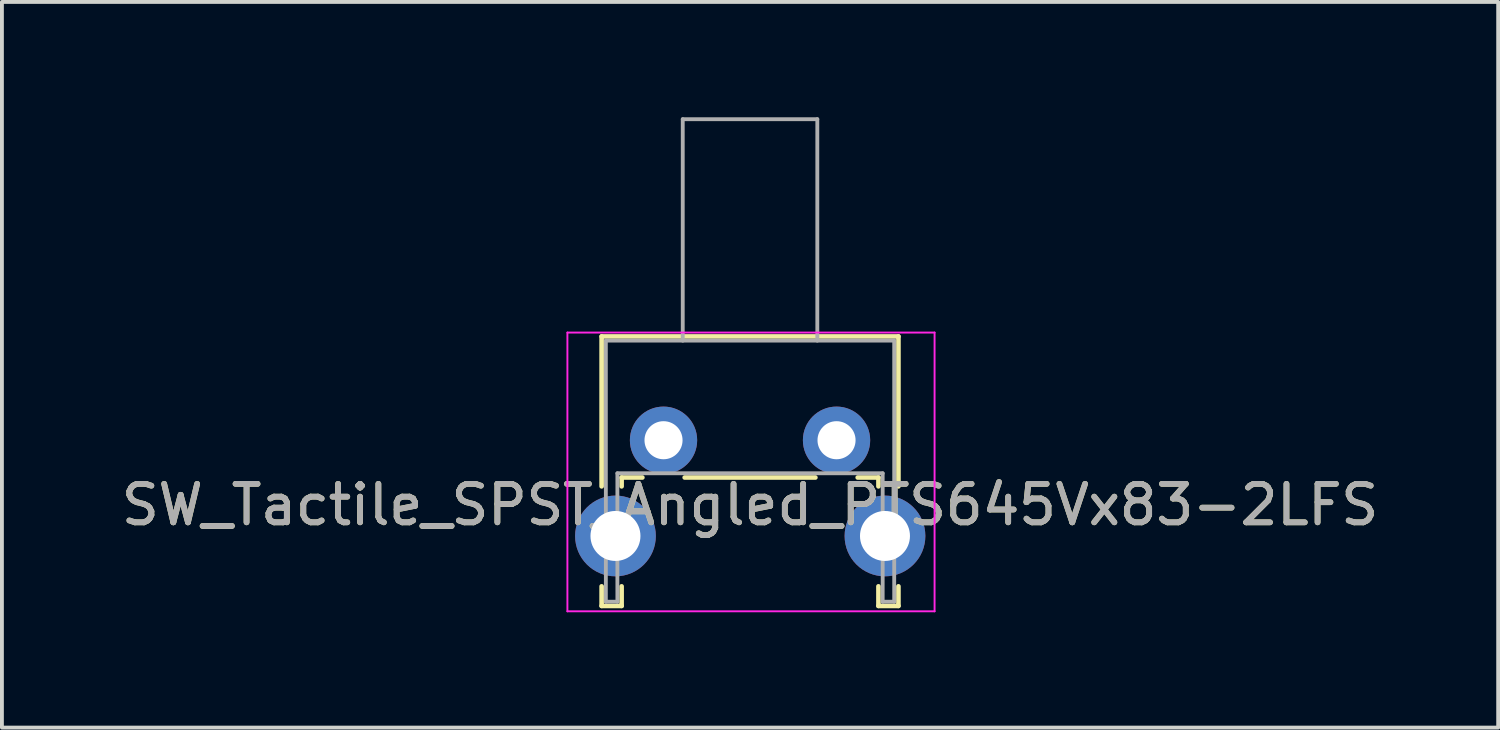
<source format=kicad_pcb>
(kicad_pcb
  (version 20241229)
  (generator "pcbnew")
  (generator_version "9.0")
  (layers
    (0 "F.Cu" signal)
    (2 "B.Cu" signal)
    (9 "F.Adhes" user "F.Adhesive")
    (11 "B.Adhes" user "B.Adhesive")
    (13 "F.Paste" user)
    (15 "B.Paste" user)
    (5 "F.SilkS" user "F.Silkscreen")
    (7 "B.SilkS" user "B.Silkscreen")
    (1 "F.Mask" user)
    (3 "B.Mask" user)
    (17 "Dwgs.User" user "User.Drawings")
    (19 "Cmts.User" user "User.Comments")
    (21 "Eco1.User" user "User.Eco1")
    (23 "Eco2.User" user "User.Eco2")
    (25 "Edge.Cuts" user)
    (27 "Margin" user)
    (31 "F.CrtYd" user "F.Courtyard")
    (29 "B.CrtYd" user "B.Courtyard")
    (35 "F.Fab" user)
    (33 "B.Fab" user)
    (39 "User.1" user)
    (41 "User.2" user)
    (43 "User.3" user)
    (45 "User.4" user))
  (footprint "SW_Tactile_SPST_Angled_PTS645Vx83-2LFS"
    (layer "F.Cu")
    (at 14.208 8.4)
    (property "Reference" "SW_Tactile_SPST_Angled_PTS645Vx83-2LFS" (at 2.25 1.68 0) (layer "F.SilkS") (effects (font (size 1 1) (thickness 0.15))))
    (attr through_hole)
    (fp_line (start -1.61 -2.7) (end -1.61 1.2) (stroke (width 0.12) (type solid)) (layer "F.SilkS"))
    (fp_line (start -1.61 -2.7) (end 6.11 -2.7) (stroke (width 0.12) (type solid)) (layer "F.SilkS"))
    (fp_line (start -1.61 3.8) (end -1.61 4.31) (stroke (width 0.12) (type solid)) (layer "F.SilkS"))
    (fp_line (start -1.61 4.31) (end -1.09 4.31) (stroke (width 0.12) (type solid)) (layer "F.SilkS"))
    (fp_line (start -1.09 0.97) (end -1.09 1.2) (stroke (width 0.12) (type solid)) (layer "F.SilkS"))
    (fp_line (start -1.09 0.97) (end -0.55 0.97) (stroke (width 0.12) (type solid)) (layer "F.SilkS"))
    (fp_line (start -1.09 3.8) (end -1.09 4.31) (stroke (width 0.12) (type solid)) (layer "F.SilkS"))
    (fp_line (start 0.55 0.97) (end 3.95 0.97) (stroke (width 0.12) (type solid)) (layer "F.SilkS"))
    (fp_line (start 5.05 0.97) (end 5.59 0.97) (stroke (width 0.12) (type solid)) (layer "F.SilkS"))
    (fp_line (start 5.59 0.97) (end 5.59 1.2) (stroke (width 0.12) (type solid)) (layer "F.SilkS"))
    (fp_line (start 5.59 3.8) (end 5.59 4.31) (stroke (width 0.12) (type solid)) (layer "F.SilkS"))
    (fp_line (start 5.59 4.31) (end 6.11 4.31) (stroke (width 0.12) (type solid)) (layer "F.SilkS"))
    (fp_line (start 6.11 -2.7) (end 6.11 1.2) (stroke (width 0.12) (type solid)) (layer "F.SilkS"))
    (fp_line (start 6.11 3.8) (end 6.11 4.31) (stroke (width 0.12) (type solid)) (layer "F.SilkS"))
    (fp_line (start -2.5 -2.8) (end 7.05 -2.8) (stroke (width 0.05) (type solid)) (layer "F.CrtYd"))
    (fp_line (start -2.5 4.45) (end -2.5 -2.8) (stroke (width 0.05) (type solid)) (layer "F.CrtYd"))
    (fp_line (start 7.05 -2.8) (end 7.05 4.45) (stroke (width 0.05) (type solid)) (layer "F.CrtYd"))
    (fp_line (start 7.05 4.45) (end -2.5 4.45) (stroke (width 0.05) (type solid)) (layer "F.CrtYd"))
    (fp_line (start -1.5 -2.59) (end 6 -2.59) (stroke (width 0.1) (type solid)) (layer "F.Fab"))
    (fp_line (start -1.5 4.2) (end -1.5 -2.59) (stroke (width 0.1) (type solid)) (layer "F.Fab"))
    (fp_line (start -1.5 4.2) (end -1.2 4.2) (stroke (width 0.1) (type solid)) (layer "F.Fab"))
    (fp_line (start -1.2 0.86) (end 5.7 0.86) (stroke (width 0.1) (type solid)) (layer "F.Fab"))
    (fp_line (start -1.2 4.2) (end -1.2 0.86) (stroke (width 0.1) (type solid)) (layer "F.Fab"))
    (fp_line (start 0.5 -8.35) (end 0.5 -2.59) (stroke (width 0.1) (type solid)) (layer "F.Fab"))
    (fp_line (start 0.5 -8.35) (end 4 -8.35) (stroke (width 0.1) (type solid)) (layer "F.Fab"))
    (fp_line (start 4 -8.35) (end 4 -2.59) (stroke (width 0.1) (type solid)) (layer "F.Fab"))
    (fp_line (start 5.7 4.2) (end 5.7 0.86) (stroke (width 0.1) (type solid)) (layer "F.Fab"))
    (fp_line (start 5.7 4.2) (end 6 4.2) (stroke (width 0.1) (type solid)) (layer "F.Fab"))
    (fp_line (start 6 4.2) (end 6 -2.59) (stroke (width 0.1) (type solid)) (layer "F.Fab"))
    (fp_text user "${REFERENCE}" (at 2.25 1.68 0) (layer "F.Fab") (effects (font (size 1 1) (thickness 0.15))))
    (pad "" thru_hole circle (at -1.25 2.49) (size 2.1 2.1) (drill 1.3) (layers "*.Cu" "*.Mask"))
    (pad "" thru_hole circle (at 5.76 2.49) (size 2.1 2.1) (drill 1.3) (layers "*.Cu" "*.Mask"))
    (pad "1" thru_hole circle (at 0 0) (size 1.75 1.75) (drill 0.99) (layers "*.Cu" "*.Mask"))
    (pad "2" thru_hole circle (at 4.5 0) (size 1.75 1.75) (drill 0.99) (layers "*.Cu" "*.Mask")))
  (gr_rect
    (start -3 -3)
    (end 35.917 15.875)
    (stroke (width 0.1) (type default))
    (fill no)
    (layer "Edge.Cuts")))
</source>
